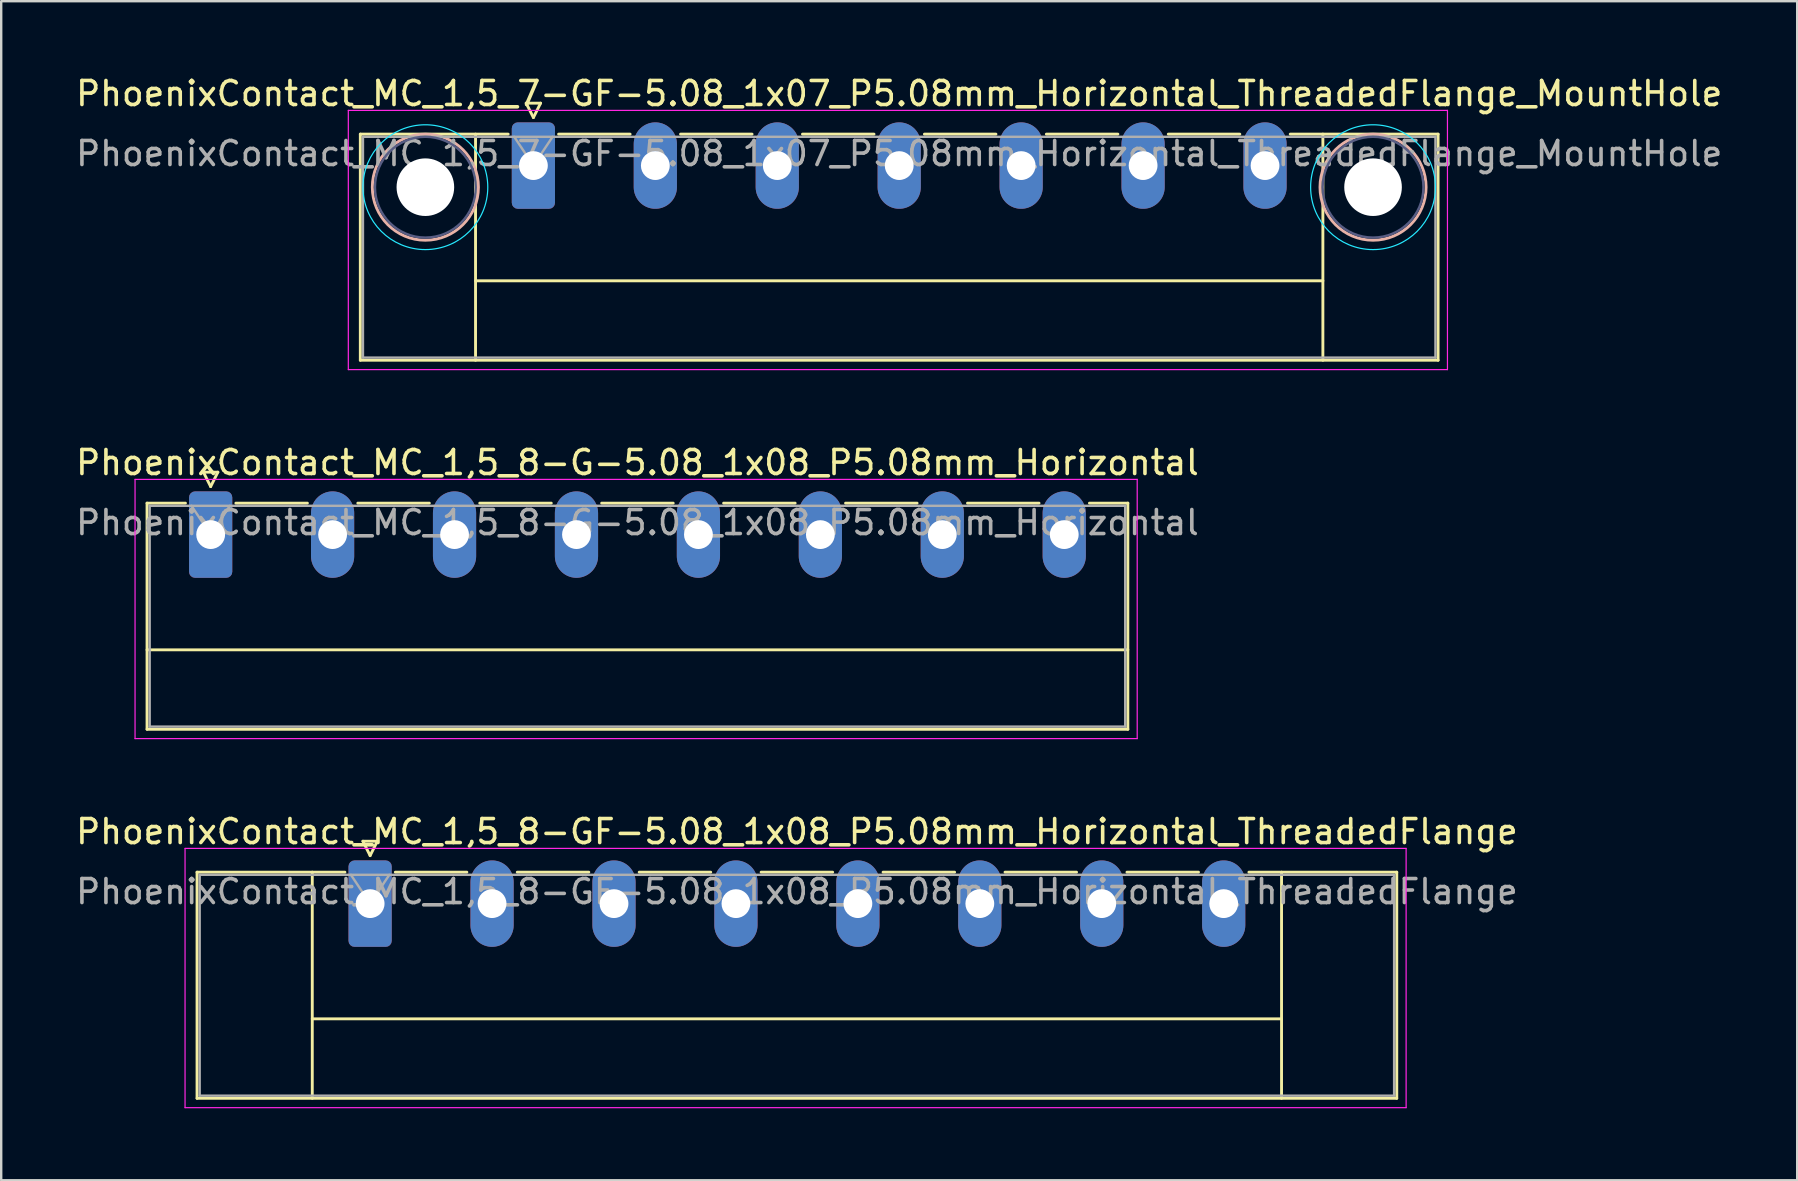
<source format=kicad_pcb>
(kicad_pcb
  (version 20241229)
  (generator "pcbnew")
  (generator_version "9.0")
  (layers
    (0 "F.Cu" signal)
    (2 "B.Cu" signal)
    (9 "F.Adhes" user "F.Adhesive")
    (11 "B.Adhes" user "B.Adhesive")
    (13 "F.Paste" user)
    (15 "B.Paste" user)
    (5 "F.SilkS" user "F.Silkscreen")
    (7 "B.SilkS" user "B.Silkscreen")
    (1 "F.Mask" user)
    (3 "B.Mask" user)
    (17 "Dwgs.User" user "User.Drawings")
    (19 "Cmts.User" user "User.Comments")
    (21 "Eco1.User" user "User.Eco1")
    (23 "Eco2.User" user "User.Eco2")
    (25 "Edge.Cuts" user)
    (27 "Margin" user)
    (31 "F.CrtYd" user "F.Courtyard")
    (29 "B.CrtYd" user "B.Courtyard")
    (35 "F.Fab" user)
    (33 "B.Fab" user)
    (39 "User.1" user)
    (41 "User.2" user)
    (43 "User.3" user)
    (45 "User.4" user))
  (footprint "PhoenixContact_MC_1,5_8-G-5.08_1x08_P5.08mm_Horizontal"
    (layer "F.Cu")
    (at 5.726 19.221)
    (property "Reference" "PhoenixContact_MC_1,5_8-G-5.08_1x08_P5.08mm_Horizontal" (at 17.78 -3 0) (layer "F.SilkS") (effects (font (size 1 1) (thickness 0.15))))
    (attr through_hole)
    (fp_line (start -2.65 -1.31) (end -2.65 8.11) (stroke (width 0.12) (type solid)) (layer "F.SilkS"))
    (fp_line (start -2.65 -1.31) (end -1.05 -1.31) (stroke (width 0.12) (type solid)) (layer "F.SilkS"))
    (fp_line (start -2.65 4.8) (end 38.21 4.8) (stroke (width 0.12) (type solid)) (layer "F.SilkS"))
    (fp_line (start -2.65 8.11) (end 38.21 8.11) (stroke (width 0.12) (type solid)) (layer "F.SilkS"))
    (fp_line (start -0.3 -2.6) (end 0.3 -2.6) (stroke (width 0.12) (type solid)) (layer "F.SilkS"))
    (fp_line (start 0 -2) (end -0.3 -2.6) (stroke (width 0.12) (type solid)) (layer "F.SilkS"))
    (fp_line (start 0.3 -2.6) (end 0 -2) (stroke (width 0.12) (type solid)) (layer "F.SilkS"))
    (fp_line (start 1.05 -1.31) (end 4.03 -1.31) (stroke (width 0.12) (type solid)) (layer "F.SilkS"))
    (fp_line (start 6.13 -1.31) (end 9.11 -1.31) (stroke (width 0.12) (type solid)) (layer "F.SilkS"))
    (fp_line (start 11.21 -1.31) (end 14.19 -1.31) (stroke (width 0.12) (type solid)) (layer "F.SilkS"))
    (fp_line (start 16.29 -1.31) (end 19.27 -1.31) (stroke (width 0.12) (type solid)) (layer "F.SilkS"))
    (fp_line (start 21.37 -1.31) (end 24.35 -1.31) (stroke (width 0.12) (type solid)) (layer "F.SilkS"))
    (fp_line (start 26.45 -1.31) (end 29.43 -1.31) (stroke (width 0.12) (type solid)) (layer "F.SilkS"))
    (fp_line (start 31.53 -1.31) (end 34.51 -1.31) (stroke (width 0.12) (type solid)) (layer "F.SilkS"))
    (fp_line (start 38.21 -1.31) (end 36.61 -1.31) (stroke (width 0.12) (type solid)) (layer "F.SilkS"))
    (fp_line (start 38.21 8.11) (end 38.21 -1.31) (stroke (width 0.12) (type solid)) (layer "F.SilkS"))
    (fp_line (start -3.15 -2.3) (end -3.15 8.5) (stroke (width 0.05) (type solid)) (layer "F.CrtYd"))
    (fp_line (start -3.15 8.5) (end 38.6 8.5) (stroke (width 0.05) (type solid)) (layer "F.CrtYd"))
    (fp_line (start 38.6 -2.3) (end -3.15 -2.3) (stroke (width 0.05) (type solid)) (layer "F.CrtYd"))
    (fp_line (start 38.6 8.5) (end 38.6 -2.3) (stroke (width 0.05) (type solid)) (layer "F.CrtYd"))
    (fp_line (start -2.54 -1.2) (end -2.54 8) (stroke (width 0.1) (type solid)) (layer "F.Fab"))
    (fp_line (start -2.54 8) (end 38.1 8) (stroke (width 0.1) (type solid)) (layer "F.Fab"))
    (fp_line (start 0 0) (end -0.8 -1.2) (stroke (width 0.1) (type solid)) (layer "F.Fab"))
    (fp_line (start 0.8 -1.2) (end 0 0) (stroke (width 0.1) (type solid)) (layer "F.Fab"))
    (fp_line (start 38.1 -1.2) (end -2.54 -1.2) (stroke (width 0.1) (type solid)) (layer "F.Fab"))
    (fp_line (start 38.1 8) (end 38.1 -1.2) (stroke (width 0.1) (type solid)) (layer "F.Fab"))
    (fp_text user "${REFERENCE}" (at 17.78 -0.5 0) (layer "F.Fab") (effects (font (size 1 1) (thickness 0.15))))
    (pad "1" thru_hole roundrect (at 0 0) (size 1.8 3.6) (drill 1.2) (layers "*.Cu" "*.Mask") (roundrect_rratio 0.139))
    (pad "2" thru_hole oval (at 5.08 0) (size 1.8 3.6) (drill 1.2) (layers "*.Cu" "*.Mask"))
    (pad "3" thru_hole oval (at 10.16 0) (size 1.8 3.6) (drill 1.2) (layers "*.Cu" "*.Mask"))
    (pad "4" thru_hole oval (at 15.24 0) (size 1.8 3.6) (drill 1.2) (layers "*.Cu" "*.Mask"))
    (pad "5" thru_hole oval (at 20.32 0) (size 1.8 3.6) (drill 1.2) (layers "*.Cu" "*.Mask"))
    (pad "6" thru_hole oval (at 25.4 0) (size 1.8 3.6) (drill 1.2) (layers "*.Cu" "*.Mask"))
    (pad "7" thru_hole oval (at 30.48 0) (size 1.8 3.6) (drill 1.2) (layers "*.Cu" "*.Mask"))
    (pad "8" thru_hole oval (at 35.56 0) (size 1.8 3.6) (drill 1.2) (layers "*.Cu" "*.Mask")))
  (footprint "PhoenixContact_MC_1,5_8-GF-5.08_1x08_P5.08mm_Horizontal_ThreadedFlange"
    (layer "F.Cu")
    (at 12.369 34.595)
    (property "Reference" "PhoenixContact_MC_1,5_8-GF-5.08_1x08_P5.08mm_Horizontal_ThreadedFlange" (at 17.78 -3 0) (layer "F.SilkS") (effects (font (size 1 1) (thickness 0.15))))
    (attr through_hole)
    (fp_line (start -7.21 -1.31) (end -7.21 8.11) (stroke (width 0.12) (type solid)) (layer "F.SilkS"))
    (fp_line (start -7.21 -1.31) (end -1.05 -1.31) (stroke (width 0.12) (type solid)) (layer "F.SilkS"))
    (fp_line (start -7.21 8.11) (end 42.77 8.11) (stroke (width 0.12) (type solid)) (layer "F.SilkS"))
    (fp_line (start -2.41 -1.31) (end -2.41 8.11) (stroke (width 0.12) (type solid)) (layer "F.SilkS"))
    (fp_line (start -2.41 4.8) (end 37.97 4.8) (stroke (width 0.12) (type solid)) (layer "F.SilkS"))
    (fp_line (start -0.3 -2.6) (end 0.3 -2.6) (stroke (width 0.12) (type solid)) (layer "F.SilkS"))
    (fp_line (start 0 -2) (end -0.3 -2.6) (stroke (width 0.12) (type solid)) (layer "F.SilkS"))
    (fp_line (start 0.3 -2.6) (end 0 -2) (stroke (width 0.12) (type solid)) (layer "F.SilkS"))
    (fp_line (start 1.05 -1.31) (end 4.03 -1.31) (stroke (width 0.12) (type solid)) (layer "F.SilkS"))
    (fp_line (start 6.13 -1.31) (end 9.11 -1.31) (stroke (width 0.12) (type solid)) (layer "F.SilkS"))
    (fp_line (start 11.21 -1.31) (end 14.19 -1.31) (stroke (width 0.12) (type solid)) (layer "F.SilkS"))
    (fp_line (start 16.29 -1.31) (end 19.27 -1.31) (stroke (width 0.12) (type solid)) (layer "F.SilkS"))
    (fp_line (start 21.37 -1.31) (end 24.35 -1.31) (stroke (width 0.12) (type solid)) (layer "F.SilkS"))
    (fp_line (start 26.45 -1.31) (end 29.43 -1.31) (stroke (width 0.12) (type solid)) (layer "F.SilkS"))
    (fp_line (start 31.53 -1.31) (end 34.51 -1.31) (stroke (width 0.12) (type solid)) (layer "F.SilkS"))
    (fp_line (start 37.97 -1.31) (end 37.97 8.11) (stroke (width 0.12) (type solid)) (layer "F.SilkS"))
    (fp_line (start 42.77 -1.31) (end 36.61 -1.31) (stroke (width 0.12) (type solid)) (layer "F.SilkS"))
    (fp_line (start 42.77 8.11) (end 42.77 -1.31) (stroke (width 0.12) (type solid)) (layer "F.SilkS"))
    (fp_line (start -7.71 -2.3) (end -7.71 8.5) (stroke (width 0.05) (type solid)) (layer "F.CrtYd"))
    (fp_line (start -7.71 8.5) (end 43.16 8.5) (stroke (width 0.05) (type solid)) (layer "F.CrtYd"))
    (fp_line (start 43.16 -2.3) (end -7.71 -2.3) (stroke (width 0.05) (type solid)) (layer "F.CrtYd"))
    (fp_line (start 43.16 8.5) (end 43.16 -2.3) (stroke (width 0.05) (type solid)) (layer "F.CrtYd"))
    (fp_line (start -7.1 -1.2) (end -7.1 8) (stroke (width 0.1) (type solid)) (layer "F.Fab"))
    (fp_line (start -7.1 8) (end 42.66 8) (stroke (width 0.1) (type solid)) (layer "F.Fab"))
    (fp_line (start 0 0) (end -0.8 -1.2) (stroke (width 0.1) (type solid)) (layer "F.Fab"))
    (fp_line (start 0.8 -1.2) (end 0 0) (stroke (width 0.1) (type solid)) (layer "F.Fab"))
    (fp_line (start 42.66 -1.2) (end -7.1 -1.2) (stroke (width 0.1) (type solid)) (layer "F.Fab"))
    (fp_line (start 42.66 8) (end 42.66 -1.2) (stroke (width 0.1) (type solid)) (layer "F.Fab"))
    (fp_text user "${REFERENCE}" (at 17.78 -0.5 0) (layer "F.Fab") (effects (font (size 1 1) (thickness 0.15))))
    (pad "1" thru_hole roundrect (at 0 0) (size 1.8 3.6) (drill 1.2) (layers "*.Cu" "*.Mask") (roundrect_rratio 0.139))
    (pad "2" thru_hole oval (at 5.08 0) (size 1.8 3.6) (drill 1.2) (layers "*.Cu" "*.Mask"))
    (pad "3" thru_hole oval (at 10.16 0) (size 1.8 3.6) (drill 1.2) (layers "*.Cu" "*.Mask"))
    (pad "4" thru_hole oval (at 15.24 0) (size 1.8 3.6) (drill 1.2) (layers "*.Cu" "*.Mask"))
    (pad "5" thru_hole oval (at 20.32 0) (size 1.8 3.6) (drill 1.2) (layers "*.Cu" "*.Mask"))
    (pad "6" thru_hole oval (at 25.4 0) (size 1.8 3.6) (drill 1.2) (layers "*.Cu" "*.Mask"))
    (pad "7" thru_hole oval (at 30.48 0) (size 1.8 3.6) (drill 1.2) (layers "*.Cu" "*.Mask"))
    (pad "8" thru_hole oval (at 35.56 0) (size 1.8 3.6) (drill 1.2) (layers "*.Cu" "*.Mask")))
  (footprint "PhoenixContact_MC_1,5_7-GF-5.08_1x07_P5.08mm_Horizontal_ThreadedFlange_MountHole"
    (layer "F.Cu")
    (at 19.171 3.848)
    (property "Reference" "PhoenixContact_MC_1,5_7-GF-5.08_1x07_P5.08mm_Horizontal_ThreadedFlange_MountHole" (at 15.24 -3 0) (layer "F.SilkS") (effects (font (size 1 1) (thickness 0.15))))
    (attr through_hole)
    (fp_line (start -7.21 -1.31) (end -7.21 8.11) (stroke (width 0.12) (type solid)) (layer "F.SilkS"))
    (fp_line (start -7.21 -1.31) (end -1.05 -1.31) (stroke (width 0.12) (type solid)) (layer "F.SilkS"))
    (fp_line (start -7.21 8.11) (end 37.69 8.11) (stroke (width 0.12) (type solid)) (layer "F.SilkS"))
    (fp_line (start -2.41 -1.31) (end -2.41 8.11) (stroke (width 0.12) (type solid)) (layer "F.SilkS"))
    (fp_line (start -2.41 4.8) (end 32.89 4.8) (stroke (width 0.12) (type solid)) (layer "F.SilkS"))
    (fp_line (start -0.3 -2.6) (end 0.3 -2.6) (stroke (width 0.12) (type solid)) (layer "F.SilkS"))
    (fp_line (start 0 -2) (end -0.3 -2.6) (stroke (width 0.12) (type solid)) (layer "F.SilkS"))
    (fp_line (start 0.3 -2.6) (end 0 -2) (stroke (width 0.12) (type solid)) (layer "F.SilkS"))
    (fp_line (start 1.05 -1.31) (end 4.03 -1.31) (stroke (width 0.12) (type solid)) (layer "F.SilkS"))
    (fp_line (start 6.13 -1.31) (end 9.11 -1.31) (stroke (width 0.12) (type solid)) (layer "F.SilkS"))
    (fp_line (start 11.21 -1.31) (end 14.19 -1.31) (stroke (width 0.12) (type solid)) (layer "F.SilkS"))
    (fp_line (start 16.29 -1.31) (end 19.27 -1.31) (stroke (width 0.12) (type solid)) (layer "F.SilkS"))
    (fp_line (start 21.37 -1.31) (end 24.35 -1.31) (stroke (width 0.12) (type solid)) (layer "F.SilkS"))
    (fp_line (start 26.45 -1.31) (end 29.43 -1.31) (stroke (width 0.12) (type solid)) (layer "F.SilkS"))
    (fp_line (start 32.89 -1.31) (end 32.89 8.11) (stroke (width 0.12) (type solid)) (layer "F.SilkS"))
    (fp_line (start 37.69 -1.31) (end 31.53 -1.31) (stroke (width 0.12) (type solid)) (layer "F.SilkS"))
    (fp_line (start 37.69 8.11) (end 37.69 -1.31) (stroke (width 0.12) (type solid)) (layer "F.SilkS"))
    (fp_circle (center -4.5 0.9) (end -2.29 0.9) (stroke (width 0.12) (type solid)) (fill no) (layer "B.SilkS"))
    (fp_circle (center 34.98 0.9) (end 37.19 0.9) (stroke (width 0.12) (type solid)) (fill no) (layer "B.SilkS"))
    (fp_circle (center -4.5 0.9) (end -1.9 0.9) (stroke (width 0.05) (type solid)) (fill no) (layer "B.CrtYd"))
    (fp_circle (center 34.98 0.9) (end 37.58 0.9) (stroke (width 0.05) (type solid)) (fill no) (layer "B.CrtYd"))
    (fp_line (start -7.71 -2.3) (end -7.71 8.5) (stroke (width 0.05) (type solid)) (layer "F.CrtYd"))
    (fp_line (start -7.71 8.5) (end 38.08 8.5) (stroke (width 0.05) (type solid)) (layer "F.CrtYd"))
    (fp_line (start 38.08 -2.3) (end -7.71 -2.3) (stroke (width 0.05) (type solid)) (layer "F.CrtYd"))
    (fp_line (start 38.08 8.5) (end 38.08 -2.3) (stroke (width 0.05) (type solid)) (layer "F.CrtYd"))
    (fp_circle (center -4.5 0.9) (end -2.4 0.9) (stroke (width 0.1) (type solid)) (fill no) (layer "B.Fab"))
    (fp_circle (center 34.98 0.9) (end 37.08 0.9) (stroke (width 0.1) (type solid)) (fill no) (layer "B.Fab"))
    (fp_line (start -7.1 -1.2) (end -7.1 8) (stroke (width 0.1) (type solid)) (layer "F.Fab"))
    (fp_line (start -7.1 8) (end 37.58 8) (stroke (width 0.1) (type solid)) (layer "F.Fab"))
    (fp_line (start 0 0) (end -0.8 -1.2) (stroke (width 0.1) (type solid)) (layer "F.Fab"))
    (fp_line (start 0.8 -1.2) (end 0 0) (stroke (width 0.1) (type solid)) (layer "F.Fab"))
    (fp_line (start 37.58 -1.2) (end -7.1 -1.2) (stroke (width 0.1) (type solid)) (layer "F.Fab"))
    (fp_line (start 37.58 8) (end 37.58 -1.2) (stroke (width 0.1) (type solid)) (layer "F.Fab"))
    (fp_text user "${REFERENCE}" (at 15.24 -0.5 0) (layer "F.Fab") (effects (font (size 1 1) (thickness 0.15))))
    (pad "" np_thru_hole circle (at -4.5 0.9) (size 2.4 2.4) (drill 2.4) (layers "*.Cu" "*.Mask"))
    (pad "" np_thru_hole circle (at 34.98 0.9) (size 2.4 2.4) (drill 2.4) (layers "*.Cu" "*.Mask"))
    (pad "1" thru_hole roundrect (at 0 0) (size 1.8 3.6) (drill 1.2) (layers "*.Cu" "*.Mask") (roundrect_rratio 0.139))
    (pad "2" thru_hole oval (at 5.08 0) (size 1.8 3.6) (drill 1.2) (layers "*.Cu" "*.Mask"))
    (pad "3" thru_hole oval (at 10.16 0) (size 1.8 3.6) (drill 1.2) (layers "*.Cu" "*.Mask"))
    (pad "4" thru_hole oval (at 15.24 0) (size 1.8 3.6) (drill 1.2) (layers "*.Cu" "*.Mask"))
    (pad "5" thru_hole oval (at 20.32 0) (size 1.8 3.6) (drill 1.2) (layers "*.Cu" "*.Mask"))
    (pad "6" thru_hole oval (at 25.4 0) (size 1.8 3.6) (drill 1.2) (layers "*.Cu" "*.Mask"))
    (pad "7" thru_hole oval (at 30.48 0) (size 1.8 3.6) (drill 1.2) (layers "*.Cu" "*.Mask")))
  (gr_rect
    (start -3 -3)
    (end 71.821 46.12)
    (stroke (width 0.1) (type default))
    (fill no)
    (layer "Edge.Cuts")))
</source>
